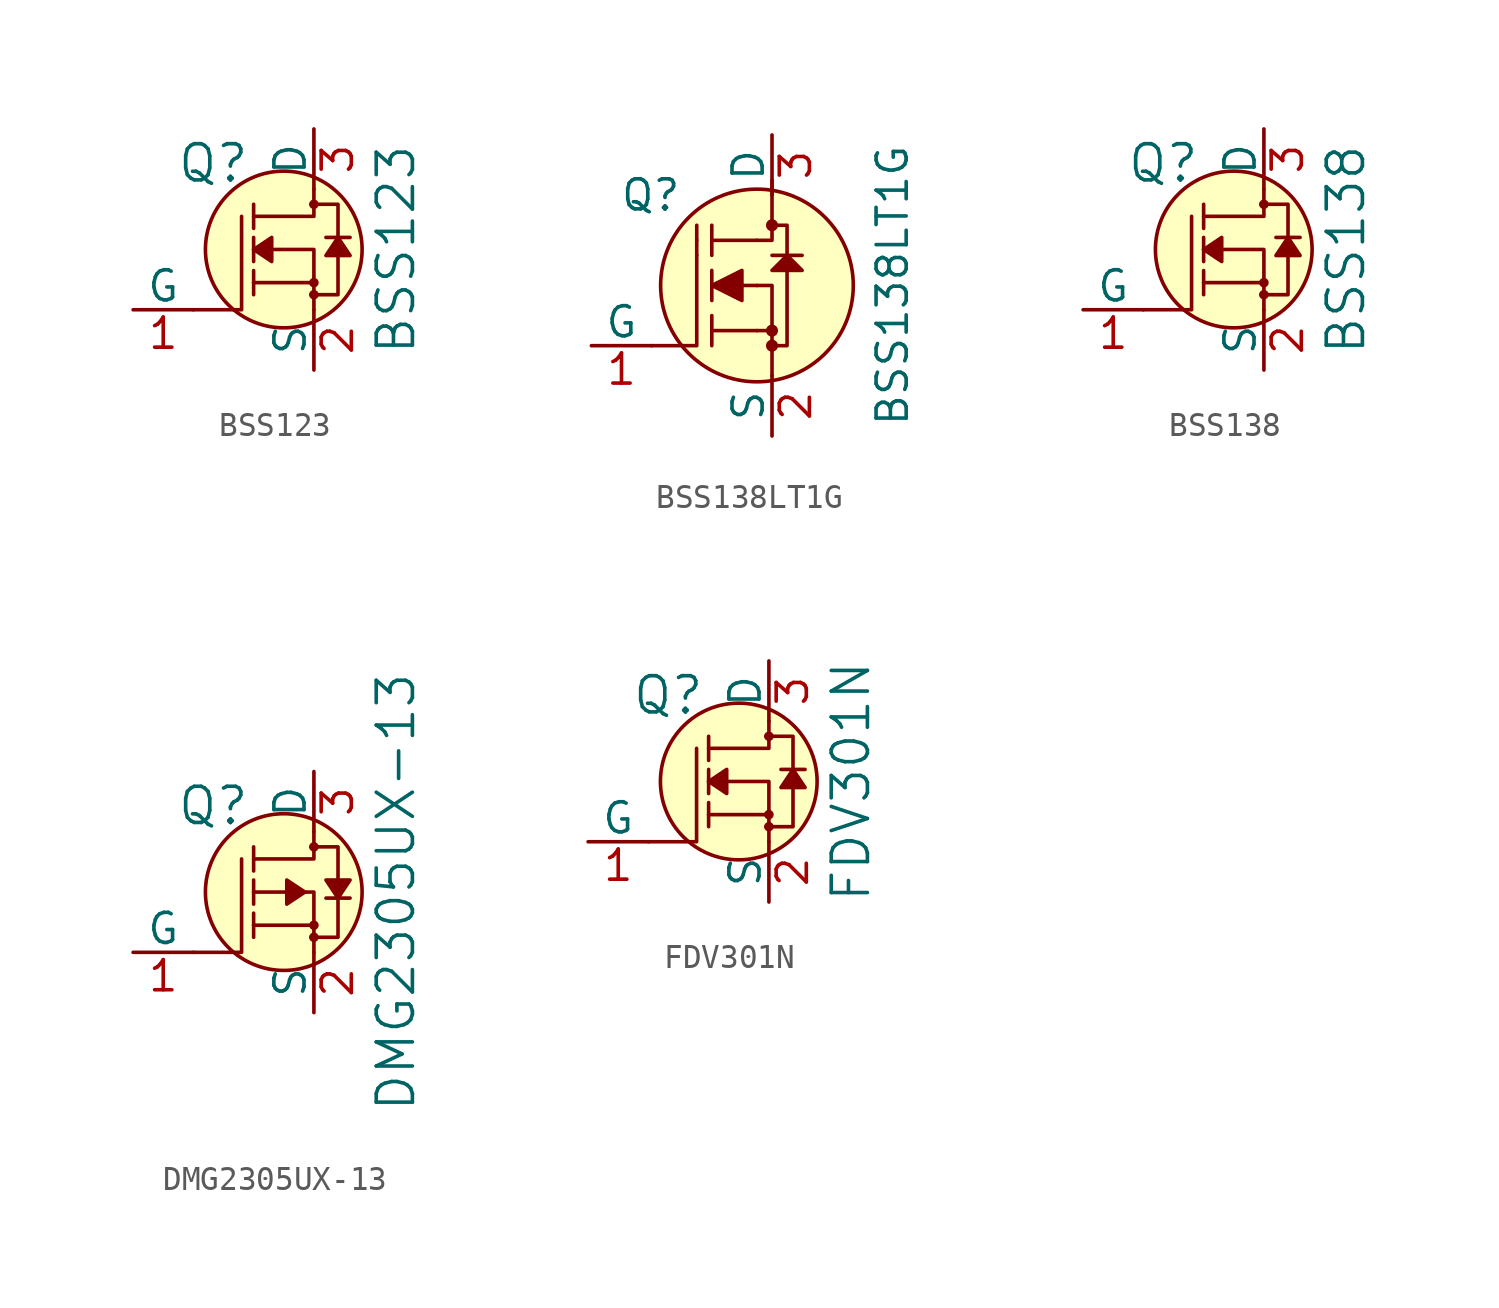
<source format=kicad_sym>
(kicad_symbol_lib
  (version 20211014)
  (generator kicad_symbol_editor)
  (symbol "BSS123"
    (pin_names
      (offset 0))
    (property "Reference" "Q"
      (at -2.692 3.632 0)
      (effects (font (size 1.524 1.524)) (justify right)))
    (property "Value" "BSS123"
      (at 3.454 0 90)
      (effects (font (size 1.524 1.524))))
    (symbol "BSS123_0_1"
      (circle (center -1.27 0) (radius 3.302) (stroke (width 0) (type default) (color 0 0 0 0)) (fill (type background)))
      (circle (center 0 -1.905) (radius 0.127) (stroke (width 0) (type default) (color 0 0 0 0)) (fill (type none)))
      (circle (center 0 -1.397) (radius 0.127) (stroke (width 0) (type default) (color 0 0 0 0)) (fill (type none)))
      (polyline (pts (xy 0 -1.397) (xy -2.54 -1.397)) (stroke (width 0) (type default) (color 0 0 0 0)) (fill (type none)))
      (polyline (pts (xy -5.08 -2.54) (xy -3.048 -2.54) (xy -3.048 1.397)) (stroke (width 0) (type default) (color 0 0 0 0)) (fill (type none)))
      (polyline (pts (xy 0 -2.54) (xy 0 0) (xy -2.54 0)) (stroke (width 0) (type default) (color 0 0 0 0)) (fill (type none)))
      (polyline (pts (xy 0 2.54) (xy 0 1.397) (xy -2.54 1.397)) (stroke (width 0) (type default) (color 0 0 0 0)) (fill (type none)))
      (polyline (pts (xy -0.127 -1.905) (xy 1.016 -1.905) (xy 1.016 1.397) (xy 1.016 1.905) (xy -0.127 1.905)) (stroke (width 0) (type default) (color 0 0 0 0)) (fill (type none)))
      (circle (center 0 1.905) (radius 0.127) (stroke (width 0) (type default) (color 0 0 0 0)) (fill (type none))))
    (symbol "BSS123_1_1"
      (polyline (pts (xy -2.54 -1.397) (xy -2.54 -1.905)) (stroke (width 0) (type default) (color 0 0 0 0)) (fill (type none)))
      (polyline (pts (xy -2.54 -1.397) (xy -2.54 -0.889)) (stroke (width 0) (type default) (color 0 0 0 0)) (fill (type none)))
      (polyline (pts (xy -2.54 0) (xy -2.54 -0.508)) (stroke (width 0) (type default) (color 0 0 0 0)) (fill (type none)))
      (polyline (pts (xy -2.54 0) (xy -2.54 0.508)) (stroke (width 0) (type default) (color 0 0 0 0)) (fill (type none)))
      (polyline (pts (xy -2.54 1.905) (xy -2.54 0.889)) (stroke (width 0) (type default) (color 0 0 0 0)) (fill (type none)))
      (polyline (pts (xy 1.524 0.508) (xy 0.508 0.508)) (stroke (width 0) (type default) (color 0 0 0 0)) (fill (type none)))
      (polyline (pts (xy -2.54 0) (xy -1.778 0.508) (xy -1.778 -0.508) (xy -2.54 0)) (stroke (width 0) (type default) (color 0 0 0 0)) (fill (type outline)))
      (polyline (pts (xy 1.016 0.508) (xy 0.508 -0.254) (xy 1.524 -0.254) (xy 1.016 0.508)) (stroke (width 0) (type default) (color 0 0 0 0)) (fill (type outline)))
      (pin bidirectional line (at -7.62 -2.54 0) (length 2.54) (name "G" (effects (font (size 1.27 1.27)))) (number "1" (effects (font (size 1.27 1.27)))))
      (pin bidirectional line (at 0 -5.08 90) (length 2.54) (name "S" (effects (font (size 1.27 1.27)))) (number "2" (effects (font (size 1.27 1.27)))))
      (pin bidirectional line (at 0 5.08 270) (length 2.54) (name "D" (effects (font (size 1.27 1.27)))) (number "3" (effects (font (size 1.27 1.27)))))))
  (symbol "BSS138LT1G"
    (pin_names
      (offset 0))
    (property "Reference" "Q"
      (at -3.81 3.81 0)
      (effects (font (size 1.27 1.27)) (justify right)))
    (property "Value" "BSS138LT1G"
      (at 5.08 0 90)
      (effects (font (size 1.27 1.27))))
    (symbol "BSS138LT1G_0_1"
      (circle (center 0 -2.54) (radius 0.178) (stroke (width 0) (type default) (color 0 0 0 0)) (fill (type outline)))
      (circle (center 0 -1.905) (radius 0.178) (stroke (width 0) (type default) (color 0 0 0 0)) (fill (type outline)))
      (polyline (pts (xy -3.175 1.905) (xy -3.175 1.27)) (stroke (width 0) (type default) (color 0 0 0 0)) (fill (type none)))
      (polyline (pts (xy -3.175 1.905) (xy -3.175 2.54)) (stroke (width 0) (type default) (color 0 0 0 0)) (fill (type none)))
      (polyline (pts (xy -2.54 -2.54) (xy -2.54 -1.905)) (stroke (width 0) (type default) (color 0 0 0 0)) (fill (type none)))
      (polyline (pts (xy -2.54 -1.905) (xy -2.54 -1.27)) (stroke (width 0) (type default) (color 0 0 0 0)) (fill (type none)))
      (polyline (pts (xy -2.54 -1.905) (xy -0.635 -1.905)) (stroke (width 0) (type default) (color 0 0 0 0)) (fill (type none)))
      (polyline (pts (xy -2.54 -0.635) (xy -2.54 0)) (stroke (width 0) (type default) (color 0 0 0 0)) (fill (type none)))
      (polyline (pts (xy -2.54 0) (xy -2.54 0.635)) (stroke (width 0) (type default) (color 0 0 0 0)) (fill (type none)))
      (polyline (pts (xy -2.54 0) (xy -0.635 0)) (stroke (width 0) (type default) (color 0 0 0 0)) (fill (type none)))
      (polyline (pts (xy -2.54 1.27) (xy -2.54 1.905)) (stroke (width 0) (type default) (color 0 0 0 0)) (fill (type none)))
      (polyline (pts (xy -2.54 1.905) (xy -2.54 2.54)) (stroke (width 0) (type default) (color 0 0 0 0)) (fill (type none)))
      (polyline (pts (xy -2.54 1.905) (xy -0.635 1.905)) (stroke (width 0) (type default) (color 0 0 0 0)) (fill (type none)))
      (polyline (pts (xy -0.635 -1.905) (xy 0 -1.905)) (stroke (width 0) (type default) (color 0 0 0 0)) (fill (type none)))
      (polyline (pts (xy 0 1.27) (xy 1.27 1.27)) (stroke (width 0) (type default) (color 0 0 0 0)) (fill (type none)))
      (polyline (pts (xy -5.08 -2.54) (xy -3.175 -2.54) (xy -3.175 1.27)) (stroke (width 0) (type default) (color 0 0 0 0)) (fill (type none)))
      (polyline (pts (xy -0.635 0) (xy 0 0) (xy 0 -3.81)) (stroke (width 0) (type default) (color 0 0 0 0)) (fill (type none)))
      (polyline (pts (xy -0.635 1.905) (xy 0 1.905) (xy 0 4.445)) (stroke (width 0) (type default) (color 0 0 0 0)) (fill (type none)))
      (polyline (pts (xy -2.54 0) (xy -1.27 -0.635) (xy -1.27 0.635) (xy -2.54 0)) (stroke (width 0) (type default) (color 0 0 0 0)) (fill (type outline)))
      (polyline (pts (xy 0 2.54) (xy 0.635 2.54) (xy 0.635 -2.54) (xy 0 -2.54)) (stroke (width 0) (type default) (color 0 0 0 0)) (fill (type none)))
      (polyline (pts (xy 0.635 1.27) (xy 0 0.635) (xy 1.27 0.635) (xy 0.635 1.27)) (stroke (width 0) (type default) (color 0 0 0 0)) (fill (type outline)))
      (circle (center 0 2.54) (radius 0.178) (stroke (width 0) (type default) (color 0 0 0 0)) (fill (type outline))))
    (symbol "BSS138LT1G_1_1"
      (circle (center -0.635 0) (radius 4.064) (stroke (width 0) (type default) (color 0 0 0 0)) (fill (type background)))
      (pin bidirectional line (at -7.62 -2.54 0) (length 2.54) (name "G" (effects (font (size 1.27 1.27)))) (number "1" (effects (font (size 1.27 1.27)))))
      (pin bidirectional line (at 0 -6.35 90) (length 2.54) (name "S" (effects (font (size 1.27 1.27)))) (number "2" (effects (font (size 1.27 1.27)))))
      (pin bidirectional line (at 0 6.35 270) (length 2.54) (name "D" (effects (font (size 1.27 1.27)))) (number "3" (effects (font (size 1.27 1.27)))))))
  (symbol "BSS138"
    (pin_names
      (offset 0))
    (property "Reference" "Q"
      (at -2.692 3.632 0)
      (effects (font (size 1.524 1.524)) (justify right)))
    (property "Value" "BSS138"
      (at 3.454 0 90)
      (effects (font (size 1.524 1.524))))
    (symbol "BSS138_0_1"
      (circle (center -1.27 0) (radius 3.302) (stroke (width 0) (type default) (color 0 0 0 0)) (fill (type background)))
      (circle (center 0 -1.905) (radius 0.127) (stroke (width 0) (type default) (color 0 0 0 0)) (fill (type none)))
      (circle (center 0 -1.397) (radius 0.127) (stroke (width 0) (type default) (color 0 0 0 0)) (fill (type none)))
      (polyline (pts (xy 0 -1.397) (xy -2.54 -1.397)) (stroke (width 0) (type default) (color 0 0 0 0)) (fill (type none)))
      (polyline (pts (xy -5.08 -2.54) (xy -3.048 -2.54) (xy -3.048 1.397)) (stroke (width 0) (type default) (color 0 0 0 0)) (fill (type none)))
      (polyline (pts (xy 0 -2.54) (xy 0 0) (xy -2.54 0)) (stroke (width 0) (type default) (color 0 0 0 0)) (fill (type none)))
      (polyline (pts (xy 0 2.54) (xy 0 1.397) (xy -2.54 1.397)) (stroke (width 0) (type default) (color 0 0 0 0)) (fill (type none)))
      (polyline (pts (xy -0.127 -1.905) (xy 1.016 -1.905) (xy 1.016 1.397) (xy 1.016 1.905) (xy -0.127 1.905)) (stroke (width 0) (type default) (color 0 0 0 0)) (fill (type none)))
      (circle (center 0 1.905) (radius 0.127) (stroke (width 0) (type default) (color 0 0 0 0)) (fill (type none))))
    (symbol "BSS138_1_1"
      (polyline (pts (xy -2.54 -1.397) (xy -2.54 -1.905)) (stroke (width 0) (type default) (color 0 0 0 0)) (fill (type none)))
      (polyline (pts (xy -2.54 -1.397) (xy -2.54 -0.889)) (stroke (width 0) (type default) (color 0 0 0 0)) (fill (type none)))
      (polyline (pts (xy -2.54 0) (xy -2.54 -0.508)) (stroke (width 0) (type default) (color 0 0 0 0)) (fill (type none)))
      (polyline (pts (xy -2.54 0) (xy -2.54 0.508)) (stroke (width 0) (type default) (color 0 0 0 0)) (fill (type none)))
      (polyline (pts (xy -2.54 1.905) (xy -2.54 0.889)) (stroke (width 0) (type default) (color 0 0 0 0)) (fill (type none)))
      (polyline (pts (xy 1.524 0.508) (xy 0.508 0.508)) (stroke (width 0) (type default) (color 0 0 0 0)) (fill (type none)))
      (polyline (pts (xy -2.54 0) (xy -1.778 0.508) (xy -1.778 -0.508) (xy -2.54 0)) (stroke (width 0) (type default) (color 0 0 0 0)) (fill (type outline)))
      (polyline (pts (xy 1.016 0.508) (xy 0.508 -0.254) (xy 1.524 -0.254) (xy 1.016 0.508)) (stroke (width 0) (type default) (color 0 0 0 0)) (fill (type outline)))
      (pin bidirectional line (at -7.62 -2.54 0) (length 2.54) (name "G" (effects (font (size 1.27 1.27)))) (number "1" (effects (font (size 1.27 1.27)))))
      (pin bidirectional line (at 0 -5.08 90) (length 2.54) (name "S" (effects (font (size 1.27 1.27)))) (number "2" (effects (font (size 1.27 1.27)))))
      (pin bidirectional line (at 0 5.08 270) (length 2.54) (name "D" (effects (font (size 1.27 1.27)))) (number "3" (effects (font (size 1.27 1.27)))))))
  (symbol "DMG2305UX-13"
    (pin_names
      (offset 0))
    (property "Reference" "Q"
      (at -2.692 3.632 0)
      (effects (font (size 1.524 1.524)) (justify right)))
    (property "Value" "DMG2305UX-13"
      (at 3.454 0 90)
      (effects (font (size 1.524 1.524))))
    (symbol "DMG2305UX-13_0_1"
      (circle (center -1.27 0) (radius 3.302) (stroke (width 0) (type default) (color 0 0 0 0)) (fill (type background)))
      (circle (center 0 -1.905) (radius 0.127) (stroke (width 0) (type default) (color 0 0 0 0)) (fill (type none)))
      (circle (center 0 -1.397) (radius 0.127) (stroke (width 0) (type default) (color 0 0 0 0)) (fill (type none)))
      (polyline (pts (xy 0 -1.397) (xy -2.54 -1.397)) (stroke (width 0) (type default) (color 0 0 0 0)) (fill (type none)))
      (polyline (pts (xy -5.08 -2.54) (xy -3.048 -2.54) (xy -3.048 1.397)) (stroke (width 0) (type default) (color 0 0 0 0)) (fill (type none)))
      (polyline (pts (xy 0 -2.54) (xy 0 0) (xy -2.54 0)) (stroke (width 0) (type default) (color 0 0 0 0)) (fill (type none)))
      (polyline (pts (xy 0 2.54) (xy 0 1.397) (xy -2.54 1.397)) (stroke (width 0) (type default) (color 0 0 0 0)) (fill (type none)))
      (polyline (pts (xy -0.127 -1.905) (xy 1.016 -1.905) (xy 1.016 1.397) (xy 1.016 1.905) (xy -0.127 1.905)) (stroke (width 0) (type default) (color 0 0 0 0)) (fill (type none)))
      (circle (center 0 1.905) (radius 0.127) (stroke (width 0) (type default) (color 0 0 0 0)) (fill (type none))))
    (symbol "DMG2305UX-13_1_1"
      (polyline (pts (xy -2.54 -1.397) (xy -2.54 -1.905)) (stroke (width 0) (type default) (color 0 0 0 0)) (fill (type none)))
      (polyline (pts (xy -2.54 -1.397) (xy -2.54 -0.889)) (stroke (width 0) (type default) (color 0 0 0 0)) (fill (type none)))
      (polyline (pts (xy -2.54 0) (xy -2.54 -0.508)) (stroke (width 0) (type default) (color 0 0 0 0)) (fill (type none)))
      (polyline (pts (xy -2.54 0) (xy -2.54 0.508)) (stroke (width 0) (type default) (color 0 0 0 0)) (fill (type none)))
      (polyline (pts (xy -2.54 1.905) (xy -2.54 0.889)) (stroke (width 0) (type default) (color 0 0 0 0)) (fill (type none)))
      (polyline (pts (xy 1.524 -0.254) (xy 0.508 -0.254)) (stroke (width 0) (type default) (color 0 0 0 0)) (fill (type none)))
      (polyline (pts (xy -0.381 0) (xy -1.143 0.508) (xy -1.143 -0.508) (xy -0.381 0)) (stroke (width 0) (type default) (color 0 0 0 0)) (fill (type outline)))
      (polyline (pts (xy 1.016 -0.254) (xy 1.524 0.508) (xy 0.508 0.508) (xy 1.016 -0.254)) (stroke (width 0) (type default) (color 0 0 0 0)) (fill (type outline)))
      (pin bidirectional line (at -7.62 -2.54 0) (length 2.54) (name "G" (effects (font (size 1.27 1.27)))) (number "1" (effects (font (size 1.27 1.27)))))
      (pin bidirectional line (at 0 -5.08 90) (length 2.54) (name "S" (effects (font (size 1.27 1.27)))) (number "2" (effects (font (size 1.27 1.27)))))
      (pin bidirectional line (at 0 5.08 270) (length 2.54) (name "D" (effects (font (size 1.27 1.27)))) (number "3" (effects (font (size 1.27 1.27)))))))
  (symbol "FDV301N"
    (pin_names
      (offset 0))
    (property "Reference" "Q"
      (at -2.692 3.632 0)
      (effects (font (size 1.524 1.524)) (justify right)))
    (property "Value" "FDV301N"
      (at 3.454 0 90)
      (effects (font (size 1.524 1.524))))
    (symbol "FDV301N_0_1"
      (circle (center -1.27 0) (radius 3.302) (stroke (width 0) (type default) (color 0 0 0 0)) (fill (type background)))
      (circle (center 0 -1.905) (radius 0.127) (stroke (width 0) (type default) (color 0 0 0 0)) (fill (type none)))
      (circle (center 0 -1.397) (radius 0.127) (stroke (width 0) (type default) (color 0 0 0 0)) (fill (type none)))
      (polyline (pts (xy 0 -1.397) (xy -2.54 -1.397)) (stroke (width 0) (type default) (color 0 0 0 0)) (fill (type none)))
      (polyline (pts (xy -5.08 -2.54) (xy -3.048 -2.54) (xy -3.048 1.397)) (stroke (width 0) (type default) (color 0 0 0 0)) (fill (type none)))
      (polyline (pts (xy 0 -2.54) (xy 0 0) (xy -2.54 0)) (stroke (width 0) (type default) (color 0 0 0 0)) (fill (type none)))
      (polyline (pts (xy 0 2.54) (xy 0 1.397) (xy -2.54 1.397)) (stroke (width 0) (type default) (color 0 0 0 0)) (fill (type none)))
      (polyline (pts (xy -0.127 -1.905) (xy 1.016 -1.905) (xy 1.016 1.397) (xy 1.016 1.905) (xy -0.127 1.905)) (stroke (width 0) (type default) (color 0 0 0 0)) (fill (type none)))
      (circle (center 0 1.905) (radius 0.127) (stroke (width 0) (type default) (color 0 0 0 0)) (fill (type none))))
    (symbol "FDV301N_1_1"
      (polyline (pts (xy -2.54 -1.397) (xy -2.54 -1.905)) (stroke (width 0) (type default) (color 0 0 0 0)) (fill (type none)))
      (polyline (pts (xy -2.54 -1.397) (xy -2.54 -0.889)) (stroke (width 0) (type default) (color 0 0 0 0)) (fill (type none)))
      (polyline (pts (xy -2.54 0) (xy -2.54 -0.508)) (stroke (width 0) (type default) (color 0 0 0 0)) (fill (type none)))
      (polyline (pts (xy -2.54 0) (xy -2.54 0.508)) (stroke (width 0) (type default) (color 0 0 0 0)) (fill (type none)))
      (polyline (pts (xy -2.54 1.905) (xy -2.54 0.889)) (stroke (width 0) (type default) (color 0 0 0 0)) (fill (type none)))
      (polyline (pts (xy 1.524 0.508) (xy 0.508 0.508)) (stroke (width 0) (type default) (color 0 0 0 0)) (fill (type none)))
      (polyline (pts (xy -2.54 0) (xy -1.778 0.508) (xy -1.778 -0.508) (xy -2.54 0)) (stroke (width 0) (type default) (color 0 0 0 0)) (fill (type outline)))
      (polyline (pts (xy 1.016 0.508) (xy 0.508 -0.254) (xy 1.524 -0.254) (xy 1.016 0.508)) (stroke (width 0) (type default) (color 0 0 0 0)) (fill (type outline)))
      (pin bidirectional line (at -7.62 -2.54 0) (length 2.54) (name "G" (effects (font (size 1.27 1.27)))) (number "1" (effects (font (size 1.27 1.27)))))
      (pin bidirectional line (at 0 -5.08 90) (length 2.54) (name "S" (effects (font (size 1.27 1.27)))) (number "2" (effects (font (size 1.27 1.27)))))
      (pin bidirectional line (at 0 5.08 270) (length 2.54) (name "D" (effects (font (size 1.27 1.27)))) (number "3" (effects (font (size 1.27 1.27))))))))
</source>
